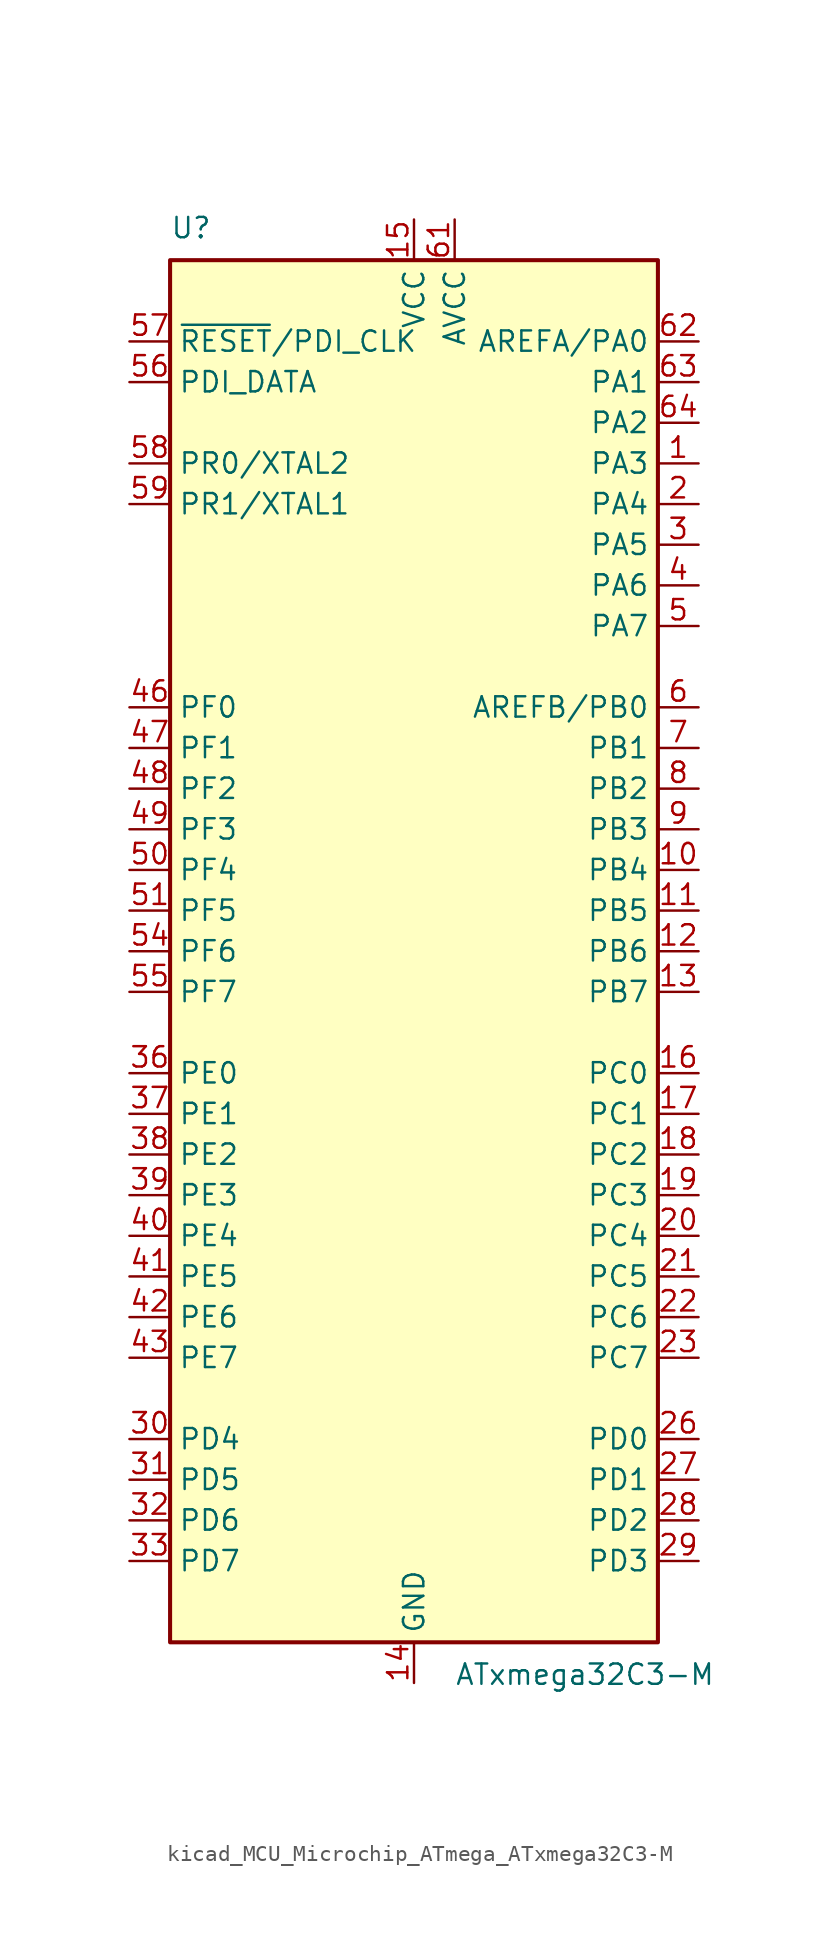
<source format=kicad_sym>
(kicad_symbol_lib
  (version 20220914)
  (generator kicad_symbol_editor)
  (symbol "kicad_MCU_Microchip_ATmega_ATxmega32C3-M"
    (property "Reference" "U"
      (at -15.24 44.45 0)
      (effects (font (size 1.27 1.27)) (justify left bottom)))
    (property "Value" "ATxmega32C3-M"
      (at 2.54 -44.45 0)
      (effects (font (size 1.27 1.27)) (justify left top)))
    (symbol "kicad_MCU_Microchip_ATmega_ATxmega32C3-M_0_1"
      (rectangle (start -15.24 -43.18) (end 15.24 43.18) (stroke (width 0.254) (type default)) (fill (type background))))
    (symbol "kicad_MCU_Microchip_ATmega_ATxmega32C3-M_1_1"
      (pin bidirectional line (at 17.78 30.48 180) (length 2.54) (name "PA3" (effects (font (size 1.27 1.27)))) (number "1" (effects (font (size 1.27 1.27)))))
      (pin bidirectional line (at 17.78 5.08 180) (length 2.54) (name "PB4" (effects (font (size 1.27 1.27)))) (number "10" (effects (font (size 1.27 1.27)))))
      (pin bidirectional line (at 17.78 2.54 180) (length 2.54) (name "PB5" (effects (font (size 1.27 1.27)))) (number "11" (effects (font (size 1.27 1.27)))))
      (pin bidirectional line (at 17.78 0 180) (length 2.54) (name "PB6" (effects (font (size 1.27 1.27)))) (number "12" (effects (font (size 1.27 1.27)))))
      (pin bidirectional line (at 17.78 -2.54 180) (length 2.54) (name "PB7" (effects (font (size 1.27 1.27)))) (number "13" (effects (font (size 1.27 1.27)))))
      (pin power_in line (at 0 -45.72 90) (length 2.54) (name "GND" (effects (font (size 1.27 1.27)))) (number "14" (effects (font (size 1.27 1.27)))))
      (pin power_in line (at 0 45.72 270) (length 2.54) (name "VCC" (effects (font (size 1.27 1.27)))) (number "15" (effects (font (size 1.27 1.27)))))
      (pin bidirectional line (at 17.78 -7.62 180) (length 2.54) (name "PC0" (effects (font (size 1.27 1.27)))) (number "16" (effects (font (size 1.27 1.27)))))
      (pin bidirectional line (at 17.78 -10.16 180) (length 2.54) (name "PC1" (effects (font (size 1.27 1.27)))) (number "17" (effects (font (size 1.27 1.27)))))
      (pin bidirectional line (at 17.78 -12.7 180) (length 2.54) (name "PC2" (effects (font (size 1.27 1.27)))) (number "18" (effects (font (size 1.27 1.27)))))
      (pin bidirectional line (at 17.78 -15.24 180) (length 2.54) (name "PC3" (effects (font (size 1.27 1.27)))) (number "19" (effects (font (size 1.27 1.27)))))
      (pin bidirectional line (at 17.78 27.94 180) (length 2.54) (name "PA4" (effects (font (size 1.27 1.27)))) (number "2" (effects (font (size 1.27 1.27)))))
      (pin bidirectional line (at 17.78 -17.78 180) (length 2.54) (name "PC4" (effects (font (size 1.27 1.27)))) (number "20" (effects (font (size 1.27 1.27)))))
      (pin bidirectional line (at 17.78 -20.32 180) (length 2.54) (name "PC5" (effects (font (size 1.27 1.27)))) (number "21" (effects (font (size 1.27 1.27)))))
      (pin bidirectional line (at 17.78 -22.86 180) (length 2.54) (name "PC6" (effects (font (size 1.27 1.27)))) (number "22" (effects (font (size 1.27 1.27)))))
      (pin bidirectional line (at 17.78 -25.4 180) (length 2.54) (name "PC7" (effects (font (size 1.27 1.27)))) (number "23" (effects (font (size 1.27 1.27)))))
      (pin passive line (at 0 -45.72 90) (length 2.54) hide (name "GND" (effects (font (size 1.27 1.27)))) (number "24" (effects (font (size 1.27 1.27)))))
      (pin passive line (at 0 45.72 270) (length 2.54) hide (name "VCC" (effects (font (size 1.27 1.27)))) (number "25" (effects (font (size 1.27 1.27)))))
      (pin bidirectional line (at 17.78 -30.48 180) (length 2.54) (name "PD0" (effects (font (size 1.27 1.27)))) (number "26" (effects (font (size 1.27 1.27)))))
      (pin bidirectional line (at 17.78 -33.02 180) (length 2.54) (name "PD1" (effects (font (size 1.27 1.27)))) (number "27" (effects (font (size 1.27 1.27)))))
      (pin bidirectional line (at 17.78 -35.56 180) (length 2.54) (name "PD2" (effects (font (size 1.27 1.27)))) (number "28" (effects (font (size 1.27 1.27)))))
      (pin bidirectional line (at 17.78 -38.1 180) (length 2.54) (name "PD3" (effects (font (size 1.27 1.27)))) (number "29" (effects (font (size 1.27 1.27)))))
      (pin bidirectional line (at 17.78 25.4 180) (length 2.54) (name "PA5" (effects (font (size 1.27 1.27)))) (number "3" (effects (font (size 1.27 1.27)))))
      (pin bidirectional line (at -17.78 -30.48 0) (length 2.54) (name "PD4" (effects (font (size 1.27 1.27)))) (number "30" (effects (font (size 1.27 1.27)))))
      (pin bidirectional line (at -17.78 -33.02 0) (length 2.54) (name "PD5" (effects (font (size 1.27 1.27)))) (number "31" (effects (font (size 1.27 1.27)))))
      (pin bidirectional line (at -17.78 -35.56 0) (length 2.54) (name "PD6" (effects (font (size 1.27 1.27)))) (number "32" (effects (font (size 1.27 1.27)))))
      (pin bidirectional line (at -17.78 -38.1 0) (length 2.54) (name "PD7" (effects (font (size 1.27 1.27)))) (number "33" (effects (font (size 1.27 1.27)))))
      (pin passive line (at 0 -45.72 90) (length 2.54) hide (name "GND" (effects (font (size 1.27 1.27)))) (number "34" (effects (font (size 1.27 1.27)))))
      (pin passive line (at 0 45.72 270) (length 2.54) hide (name "VCC" (effects (font (size 1.27 1.27)))) (number "35" (effects (font (size 1.27 1.27)))))
      (pin bidirectional line (at -17.78 -7.62 0) (length 2.54) (name "PE0" (effects (font (size 1.27 1.27)))) (number "36" (effects (font (size 1.27 1.27)))))
      (pin bidirectional line (at -17.78 -10.16 0) (length 2.54) (name "PE1" (effects (font (size 1.27 1.27)))) (number "37" (effects (font (size 1.27 1.27)))))
      (pin bidirectional line (at -17.78 -12.7 0) (length 2.54) (name "PE2" (effects (font (size 1.27 1.27)))) (number "38" (effects (font (size 1.27 1.27)))))
      (pin bidirectional line (at -17.78 -15.24 0) (length 2.54) (name "PE3" (effects (font (size 1.27 1.27)))) (number "39" (effects (font (size 1.27 1.27)))))
      (pin bidirectional line (at 17.78 22.86 180) (length 2.54) (name "PA6" (effects (font (size 1.27 1.27)))) (number "4" (effects (font (size 1.27 1.27)))))
      (pin bidirectional line (at -17.78 -17.78 0) (length 2.54) (name "PE4" (effects (font (size 1.27 1.27)))) (number "40" (effects (font (size 1.27 1.27)))))
      (pin bidirectional line (at -17.78 -20.32 0) (length 2.54) (name "PE5" (effects (font (size 1.27 1.27)))) (number "41" (effects (font (size 1.27 1.27)))))
      (pin bidirectional line (at -17.78 -22.86 0) (length 2.54) (name "PE6" (effects (font (size 1.27 1.27)))) (number "42" (effects (font (size 1.27 1.27)))))
      (pin bidirectional line (at -17.78 -25.4 0) (length 2.54) (name "PE7" (effects (font (size 1.27 1.27)))) (number "43" (effects (font (size 1.27 1.27)))))
      (pin passive line (at 0 -45.72 90) (length 2.54) hide (name "GND" (effects (font (size 1.27 1.27)))) (number "44" (effects (font (size 1.27 1.27)))))
      (pin passive line (at 0 45.72 270) (length 2.54) hide (name "VCC" (effects (font (size 1.27 1.27)))) (number "45" (effects (font (size 1.27 1.27)))))
      (pin bidirectional line (at -17.78 15.24 0) (length 2.54) (name "PF0" (effects (font (size 1.27 1.27)))) (number "46" (effects (font (size 1.27 1.27)))))
      (pin bidirectional line (at -17.78 12.7 0) (length 2.54) (name "PF1" (effects (font (size 1.27 1.27)))) (number "47" (effects (font (size 1.27 1.27)))))
      (pin bidirectional line (at -17.78 10.16 0) (length 2.54) (name "PF2" (effects (font (size 1.27 1.27)))) (number "48" (effects (font (size 1.27 1.27)))))
      (pin bidirectional line (at -17.78 7.62 0) (length 2.54) (name "PF3" (effects (font (size 1.27 1.27)))) (number "49" (effects (font (size 1.27 1.27)))))
      (pin bidirectional line (at 17.78 20.32 180) (length 2.54) (name "PA7" (effects (font (size 1.27 1.27)))) (number "5" (effects (font (size 1.27 1.27)))))
      (pin bidirectional line (at -17.78 5.08 0) (length 2.54) (name "PF4" (effects (font (size 1.27 1.27)))) (number "50" (effects (font (size 1.27 1.27)))))
      (pin bidirectional line (at -17.78 2.54 0) (length 2.54) (name "PF5" (effects (font (size 1.27 1.27)))) (number "51" (effects (font (size 1.27 1.27)))))
      (pin passive line (at 0 -45.72 90) (length 2.54) hide (name "GND" (effects (font (size 1.27 1.27)))) (number "52" (effects (font (size 1.27 1.27)))))
      (pin passive line (at 0 45.72 270) (length 2.54) hide (name "VCC" (effects (font (size 1.27 1.27)))) (number "53" (effects (font (size 1.27 1.27)))))
      (pin bidirectional line (at -17.78 0 0) (length 2.54) (name "PF6" (effects (font (size 1.27 1.27)))) (number "54" (effects (font (size 1.27 1.27)))))
      (pin bidirectional line (at -17.78 -2.54 0) (length 2.54) (name "PF7" (effects (font (size 1.27 1.27)))) (number "55" (effects (font (size 1.27 1.27)))))
      (pin bidirectional line (at -17.78 35.56 0) (length 2.54) (name "PDI_DATA" (effects (font (size 1.27 1.27)))) (number "56" (effects (font (size 1.27 1.27)))))
      (pin input line (at -17.78 38.1 0) (length 2.54) (name "~{RESET}/PDI_CLK" (effects (font (size 1.27 1.27)))) (number "57" (effects (font (size 1.27 1.27)))))
      (pin bidirectional line (at -17.78 30.48 0) (length 2.54) (name "PR0/XTAL2" (effects (font (size 1.27 1.27)))) (number "58" (effects (font (size 1.27 1.27)))))
      (pin bidirectional line (at -17.78 27.94 0) (length 2.54) (name "PR1/XTAL1" (effects (font (size 1.27 1.27)))) (number "59" (effects (font (size 1.27 1.27)))))
      (pin bidirectional line (at 17.78 15.24 180) (length 2.54) (name "AREFB/PB0" (effects (font (size 1.27 1.27)))) (number "6" (effects (font (size 1.27 1.27)))))
      (pin passive line (at 0 -45.72 90) (length 2.54) hide (name "GND" (effects (font (size 1.27 1.27)))) (number "60" (effects (font (size 1.27 1.27)))))
      (pin power_in line (at 2.54 45.72 270) (length 2.54) (name "AVCC" (effects (font (size 1.27 1.27)))) (number "61" (effects (font (size 1.27 1.27)))))
      (pin bidirectional line (at 17.78 38.1 180) (length 2.54) (name "AREFA/PA0" (effects (font (size 1.27 1.27)))) (number "62" (effects (font (size 1.27 1.27)))))
      (pin bidirectional line (at 17.78 35.56 180) (length 2.54) (name "PA1" (effects (font (size 1.27 1.27)))) (number "63" (effects (font (size 1.27 1.27)))))
      (pin bidirectional line (at 17.78 33.02 180) (length 2.54) (name "PA2" (effects (font (size 1.27 1.27)))) (number "64" (effects (font (size 1.27 1.27)))))
      (pin passive line (at 0 -45.72 90) (length 2.54) hide (name "GND" (effects (font (size 1.27 1.27)))) (number "65" (effects (font (size 1.27 1.27)))))
      (pin bidirectional line (at 17.78 12.7 180) (length 2.54) (name "PB1" (effects (font (size 1.27 1.27)))) (number "7" (effects (font (size 1.27 1.27)))))
      (pin bidirectional line (at 17.78 10.16 180) (length 2.54) (name "PB2" (effects (font (size 1.27 1.27)))) (number "8" (effects (font (size 1.27 1.27)))))
      (pin bidirectional line (at 17.78 7.62 180) (length 2.54) (name "PB3" (effects (font (size 1.27 1.27)))) (number "9" (effects (font (size 1.27 1.27))))))))
</source>
